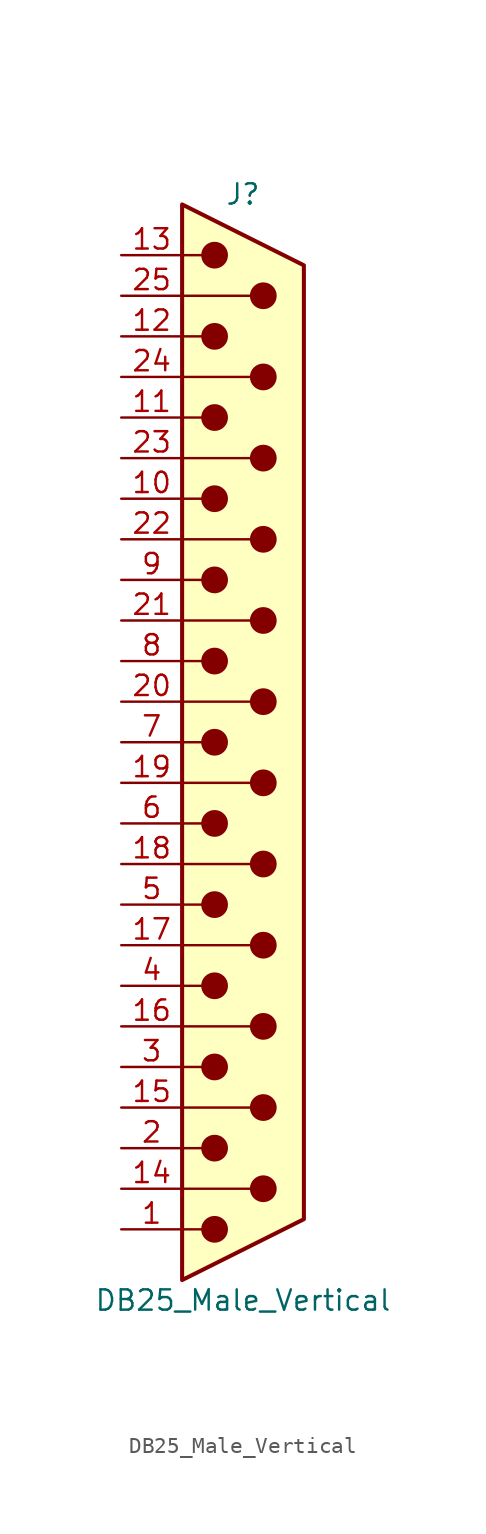
<source format=kicad_sym>
(kicad_symbol_lib
  (version 20211014)
  (generator kicad_symbol_editor)
  (symbol "DB25_Male_Vertical"
    (pin_names
      (offset 1.016) hide)
    (property "Reference" "J"
      (at 0 34.29 0)
      (effects (font (size 1.27 1.27))))
    (property "Value" "DB25_Male_Vertical"
      (at 0 -34.925 0)
      (effects (font (size 1.27 1.27))))
    (symbol "DB25_Male_Vertical_0_1"
      (circle (center -1.778 -30.48) (radius 0.762) (stroke (width 0) (type default) (color 0 0 0 0)) (fill (type outline)))
      (circle (center -1.778 -25.4) (radius 0.762) (stroke (width 0) (type default) (color 0 0 0 0)) (fill (type outline)))
      (circle (center -1.778 -20.32) (radius 0.762) (stroke (width 0) (type default) (color 0 0 0 0)) (fill (type outline)))
      (circle (center -1.778 -15.24) (radius 0.762) (stroke (width 0) (type default) (color 0 0 0 0)) (fill (type outline)))
      (circle (center -1.778 -10.16) (radius 0.762) (stroke (width 0) (type default) (color 0 0 0 0)) (fill (type outline)))
      (circle (center -1.778 -5.08) (radius 0.762) (stroke (width 0) (type default) (color 0 0 0 0)) (fill (type outline)))
      (circle (center -1.778 0) (radius 0.762) (stroke (width 0) (type default) (color 0 0 0 0)) (fill (type outline)))
      (circle (center -1.778 5.08) (radius 0.762) (stroke (width 0) (type default) (color 0 0 0 0)) (fill (type outline)))
      (circle (center -1.778 10.16) (radius 0.762) (stroke (width 0) (type default) (color 0 0 0 0)) (fill (type outline)))
      (circle (center -1.778 15.24) (radius 0.762) (stroke (width 0) (type default) (color 0 0 0 0)) (fill (type outline)))
      (circle (center -1.778 20.32) (radius 0.762) (stroke (width 0) (type default) (color 0 0 0 0)) (fill (type outline)))
      (circle (center -1.778 25.4) (radius 0.762) (stroke (width 0) (type default) (color 0 0 0 0)) (fill (type outline)))
      (circle (center -1.778 30.48) (radius 0.762) (stroke (width 0) (type default) (color 0 0 0 0)) (fill (type outline)))
      (polyline (pts (xy -3.81 -30.48) (xy -2.54 -30.48)) (stroke (width 0) (type default) (color 0 0 0 0)) (fill (type none)))
      (polyline (pts (xy -3.81 -27.94) (xy 0.508 -27.94)) (stroke (width 0) (type default) (color 0 0 0 0)) (fill (type none)))
      (polyline (pts (xy -3.81 -25.4) (xy -2.54 -25.4)) (stroke (width 0) (type default) (color 0 0 0 0)) (fill (type none)))
      (polyline (pts (xy -3.81 -22.86) (xy 0.508 -22.86)) (stroke (width 0) (type default) (color 0 0 0 0)) (fill (type none)))
      (polyline (pts (xy -3.81 -20.32) (xy -2.54 -20.32)) (stroke (width 0) (type default) (color 0 0 0 0)) (fill (type none)))
      (polyline (pts (xy -3.81 -17.78) (xy 0.508 -17.78)) (stroke (width 0) (type default) (color 0 0 0 0)) (fill (type none)))
      (polyline (pts (xy -3.81 -15.24) (xy -2.54 -15.24)) (stroke (width 0) (type default) (color 0 0 0 0)) (fill (type none)))
      (polyline (pts (xy -3.81 -12.7) (xy 0.508 -12.7)) (stroke (width 0) (type default) (color 0 0 0 0)) (fill (type none)))
      (polyline (pts (xy -3.81 -10.16) (xy -2.54 -10.16)) (stroke (width 0) (type default) (color 0 0 0 0)) (fill (type none)))
      (polyline (pts (xy -3.81 -7.62) (xy 0.508 -7.62)) (stroke (width 0) (type default) (color 0 0 0 0)) (fill (type none)))
      (polyline (pts (xy -3.81 -5.08) (xy -2.54 -5.08)) (stroke (width 0) (type default) (color 0 0 0 0)) (fill (type none)))
      (polyline (pts (xy -3.81 -2.54) (xy 0.508 -2.54)) (stroke (width 0) (type default) (color 0 0 0 0)) (fill (type none)))
      (polyline (pts (xy -3.81 0) (xy -2.54 0)) (stroke (width 0) (type default) (color 0 0 0 0)) (fill (type none)))
      (polyline (pts (xy -3.81 2.54) (xy 0.508 2.54)) (stroke (width 0) (type default) (color 0 0 0 0)) (fill (type none)))
      (polyline (pts (xy -3.81 5.08) (xy -2.54 5.08)) (stroke (width 0) (type default) (color 0 0 0 0)) (fill (type none)))
      (polyline (pts (xy -3.81 7.62) (xy 0.508 7.62)) (stroke (width 0) (type default) (color 0 0 0 0)) (fill (type none)))
      (polyline (pts (xy -3.81 10.16) (xy -2.54 10.16)) (stroke (width 0) (type default) (color 0 0 0 0)) (fill (type none)))
      (polyline (pts (xy -3.81 12.7) (xy 0.508 12.7)) (stroke (width 0) (type default) (color 0 0 0 0)) (fill (type none)))
      (polyline (pts (xy -3.81 15.24) (xy -2.54 15.24)) (stroke (width 0) (type default) (color 0 0 0 0)) (fill (type none)))
      (polyline (pts (xy -3.81 17.78) (xy 0.508 17.78)) (stroke (width 0) (type default) (color 0 0 0 0)) (fill (type none)))
      (polyline (pts (xy -3.81 20.32) (xy -2.54 20.32)) (stroke (width 0) (type default) (color 0 0 0 0)) (fill (type none)))
      (polyline (pts (xy -3.81 22.86) (xy 0.508 22.86)) (stroke (width 0) (type default) (color 0 0 0 0)) (fill (type none)))
      (polyline (pts (xy -3.81 25.4) (xy -2.54 25.4)) (stroke (width 0) (type default) (color 0 0 0 0)) (fill (type none)))
      (polyline (pts (xy -3.81 27.94) (xy 0.508 27.94)) (stroke (width 0) (type default) (color 0 0 0 0)) (fill (type none)))
      (polyline (pts (xy -3.81 30.48) (xy -2.54 30.48)) (stroke (width 0) (type default) (color 0 0 0 0)) (fill (type none)))
      (polyline (pts (xy -3.81 -33.655) (xy 3.81 -29.845) (xy 3.81 29.845) (xy -3.81 33.655) (xy -3.81 -33.655)) (stroke (width 0.254) (type default) (color 0 0 0 0)) (fill (type background)))
      (circle (center 1.27 -27.94) (radius 0.762) (stroke (width 0) (type default) (color 0 0 0 0)) (fill (type outline)))
      (circle (center 1.27 -22.86) (radius 0.762) (stroke (width 0) (type default) (color 0 0 0 0)) (fill (type outline)))
      (circle (center 1.27 -17.78) (radius 0.762) (stroke (width 0) (type default) (color 0 0 0 0)) (fill (type outline)))
      (circle (center 1.27 -12.7) (radius 0.762) (stroke (width 0) (type default) (color 0 0 0 0)) (fill (type outline)))
      (circle (center 1.27 -7.62) (radius 0.762) (stroke (width 0) (type default) (color 0 0 0 0)) (fill (type outline)))
      (circle (center 1.27 -2.54) (radius 0.762) (stroke (width 0) (type default) (color 0 0 0 0)) (fill (type outline)))
      (circle (center 1.27 2.54) (radius 0.762) (stroke (width 0) (type default) (color 0 0 0 0)) (fill (type outline)))
      (circle (center 1.27 7.62) (radius 0.762) (stroke (width 0) (type default) (color 0 0 0 0)) (fill (type outline)))
      (circle (center 1.27 12.7) (radius 0.762) (stroke (width 0) (type default) (color 0 0 0 0)) (fill (type outline)))
      (circle (center 1.27 17.78) (radius 0.762) (stroke (width 0) (type default) (color 0 0 0 0)) (fill (type outline)))
      (circle (center 1.27 22.86) (radius 0.762) (stroke (width 0) (type default) (color 0 0 0 0)) (fill (type outline)))
      (circle (center 1.27 27.94) (radius 0.762) (stroke (width 0) (type default) (color 0 0 0 0)) (fill (type outline))))
    (symbol "DB25_Male_Vertical_1_1"
      (pin passive line (at -7.62 -30.48 0) (length 3.81) (name "1" (effects (font (size 1.27 1.27)))) (number "1" (effects (font (size 1.27 1.27)))))
      (pin passive line (at -7.62 15.24 0) (length 3.81) (name "10" (effects (font (size 1.27 1.27)))) (number "10" (effects (font (size 1.27 1.27)))))
      (pin passive line (at -7.62 20.32 0) (length 3.81) (name "11" (effects (font (size 1.27 1.27)))) (number "11" (effects (font (size 1.27 1.27)))))
      (pin passive line (at -7.62 25.4 0) (length 3.81) (name "12" (effects (font (size 1.27 1.27)))) (number "12" (effects (font (size 1.27 1.27)))))
      (pin passive line (at -7.62 30.48 0) (length 3.81) (name "13" (effects (font (size 1.27 1.27)))) (number "13" (effects (font (size 1.27 1.27)))))
      (pin passive line (at -7.62 -27.94 0) (length 3.81) (name "P14" (effects (font (size 1.27 1.27)))) (number "14" (effects (font (size 1.27 1.27)))))
      (pin passive line (at -7.62 -22.86 0) (length 3.81) (name "P15" (effects (font (size 1.27 1.27)))) (number "15" (effects (font (size 1.27 1.27)))))
      (pin passive line (at -7.62 -17.78 0) (length 3.81) (name "P16" (effects (font (size 1.27 1.27)))) (number "16" (effects (font (size 1.27 1.27)))))
      (pin passive line (at -7.62 -12.7 0) (length 3.81) (name "P17" (effects (font (size 1.27 1.27)))) (number "17" (effects (font (size 1.27 1.27)))))
      (pin passive line (at -7.62 -7.62 0) (length 3.81) (name "P18" (effects (font (size 1.27 1.27)))) (number "18" (effects (font (size 1.27 1.27)))))
      (pin passive line (at -7.62 -2.54 0) (length 3.81) (name "P19" (effects (font (size 1.27 1.27)))) (number "19" (effects (font (size 1.27 1.27)))))
      (pin passive line (at -7.62 -25.4 0) (length 3.81) (name "2" (effects (font (size 1.27 1.27)))) (number "2" (effects (font (size 1.27 1.27)))))
      (pin passive line (at -7.62 2.54 0) (length 3.81) (name "P20" (effects (font (size 1.27 1.27)))) (number "20" (effects (font (size 1.27 1.27)))))
      (pin passive line (at -7.62 7.62 0) (length 3.81) (name "P21" (effects (font (size 1.27 1.27)))) (number "21" (effects (font (size 1.27 1.27)))))
      (pin passive line (at -7.62 12.7 0) (length 3.81) (name "P22" (effects (font (size 1.27 1.27)))) (number "22" (effects (font (size 1.27 1.27)))))
      (pin passive line (at -7.62 17.78 0) (length 3.81) (name "P23" (effects (font (size 1.27 1.27)))) (number "23" (effects (font (size 1.27 1.27)))))
      (pin passive line (at -7.62 22.86 0) (length 3.81) (name "P24" (effects (font (size 1.27 1.27)))) (number "24" (effects (font (size 1.27 1.27)))))
      (pin passive line (at -7.62 27.94 0) (length 3.81) (name "P25" (effects (font (size 1.27 1.27)))) (number "25" (effects (font (size 1.27 1.27)))))
      (pin passive line (at -7.62 -20.32 0) (length 3.81) (name "3" (effects (font (size 1.27 1.27)))) (number "3" (effects (font (size 1.27 1.27)))))
      (pin passive line (at -7.62 -15.24 0) (length 3.81) (name "4" (effects (font (size 1.27 1.27)))) (number "4" (effects (font (size 1.27 1.27)))))
      (pin passive line (at -7.62 -10.16 0) (length 3.81) (name "5" (effects (font (size 1.27 1.27)))) (number "5" (effects (font (size 1.27 1.27)))))
      (pin passive line (at -7.62 -5.08 0) (length 3.81) (name "6" (effects (font (size 1.27 1.27)))) (number "6" (effects (font (size 1.27 1.27)))))
      (pin passive line (at -7.62 0 0) (length 3.81) (name "7" (effects (font (size 1.27 1.27)))) (number "7" (effects (font (size 1.27 1.27)))))
      (pin passive line (at -7.62 5.08 0) (length 3.81) (name "8" (effects (font (size 1.27 1.27)))) (number "8" (effects (font (size 1.27 1.27)))))
      (pin passive line (at -7.62 10.16 0) (length 3.81) (name "9" (effects (font (size 1.27 1.27)))) (number "9" (effects (font (size 1.27 1.27))))))))
</source>
